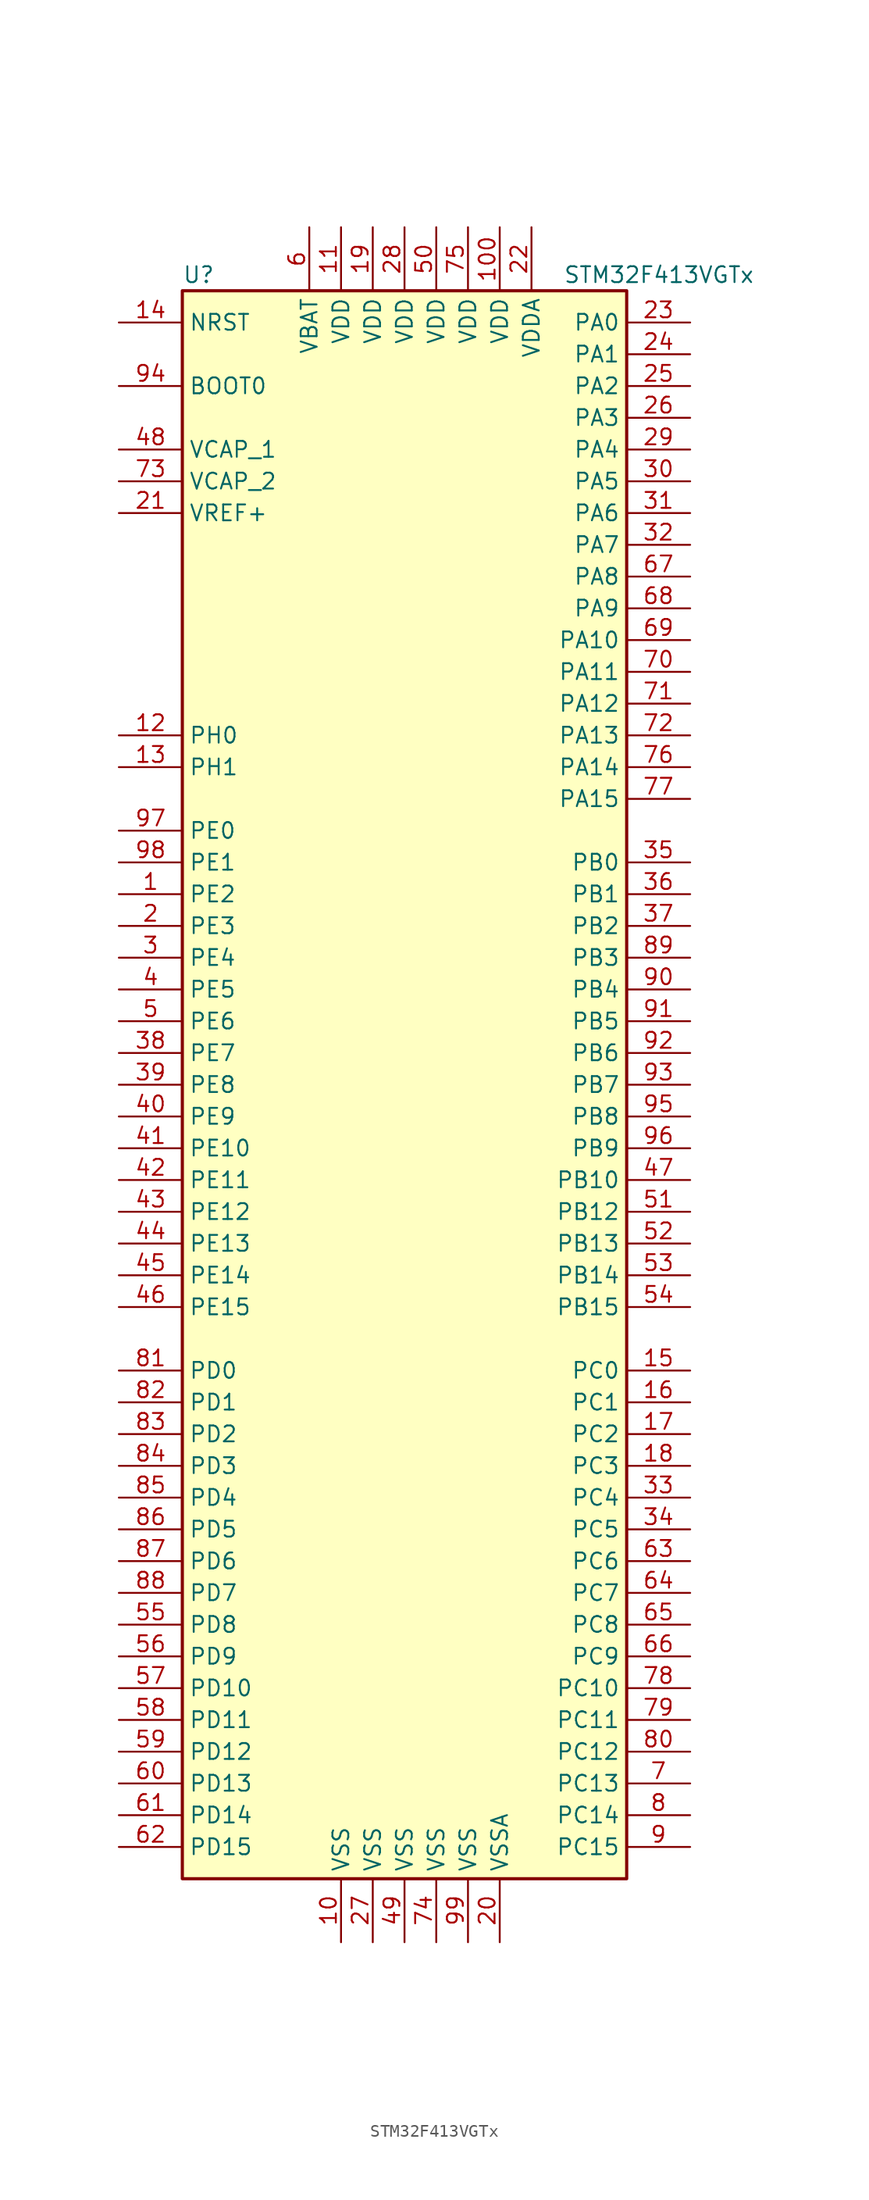
<source format=kicad_sym>
(kicad_symbol_lib
  (version 20201005)
  (generator kicad_symbol_editor)
  (symbol "MCU_ST_STM32F4:STM32F413VGTx"
    (property "Reference" "U"
      (at -17.78 64.77 0)
      (effects (font (size 1.27 1.27)) (justify left)))
    (property "Value" "STM32F413VGTx"
      (at 12.7 64.77 0)
      (effects (font (size 1.27 1.27)) (justify left)))
    (symbol "STM32F413VGTx_0_1"
      (rectangle (start -17.78 -63.5) (end 17.78 63.5) (stroke (width 0.254)) (fill (type background))))
    (symbol "STM32F413VGTx_1_1"
      (pin input line (at -22.86 55.88 0) (length 5.08) (name "BOOT0" (effects (font (size 1.27 1.27)))) (number "94" (effects (font (size 1.27 1.27)))))
      (pin input line (at -22.86 60.96 0) (length 5.08) (name "NRST" (effects (font (size 1.27 1.27)))) (number "14" (effects (font (size 1.27 1.27)))))
      (pin bidirectional line (at 22.86 60.96 180) (length 5.08) (name "PA0" (effects (font (size 1.27 1.27)))) (number "23" (effects (font (size 1.27 1.27)))))
      (pin bidirectional line (at 22.86 58.42 180) (length 5.08) (name "PA1" (effects (font (size 1.27 1.27)))) (number "24" (effects (font (size 1.27 1.27)))))
      (pin bidirectional line (at 22.86 35.56 180) (length 5.08) (name "PA10" (effects (font (size 1.27 1.27)))) (number "69" (effects (font (size 1.27 1.27)))))
      (pin bidirectional line (at 22.86 33.02 180) (length 5.08) (name "PA11" (effects (font (size 1.27 1.27)))) (number "70" (effects (font (size 1.27 1.27)))))
      (pin bidirectional line (at 22.86 30.48 180) (length 5.08) (name "PA12" (effects (font (size 1.27 1.27)))) (number "71" (effects (font (size 1.27 1.27)))))
      (pin bidirectional line (at 22.86 27.94 180) (length 5.08) (name "PA13" (effects (font (size 1.27 1.27)))) (number "72" (effects (font (size 1.27 1.27)))))
      (pin bidirectional line (at 22.86 25.4 180) (length 5.08) (name "PA14" (effects (font (size 1.27 1.27)))) (number "76" (effects (font (size 1.27 1.27)))))
      (pin bidirectional line (at 22.86 22.86 180) (length 5.08) (name "PA15" (effects (font (size 1.27 1.27)))) (number "77" (effects (font (size 1.27 1.27)))))
      (pin bidirectional line (at 22.86 55.88 180) (length 5.08) (name "PA2" (effects (font (size 1.27 1.27)))) (number "25" (effects (font (size 1.27 1.27)))))
      (pin bidirectional line (at 22.86 53.34 180) (length 5.08) (name "PA3" (effects (font (size 1.27 1.27)))) (number "26" (effects (font (size 1.27 1.27)))))
      (pin bidirectional line (at 22.86 50.8 180) (length 5.08) (name "PA4" (effects (font (size 1.27 1.27)))) (number "29" (effects (font (size 1.27 1.27)))))
      (pin bidirectional line (at 22.86 48.26 180) (length 5.08) (name "PA5" (effects (font (size 1.27 1.27)))) (number "30" (effects (font (size 1.27 1.27)))))
      (pin bidirectional line (at 22.86 45.72 180) (length 5.08) (name "PA6" (effects (font (size 1.27 1.27)))) (number "31" (effects (font (size 1.27 1.27)))))
      (pin bidirectional line (at 22.86 43.18 180) (length 5.08) (name "PA7" (effects (font (size 1.27 1.27)))) (number "32" (effects (font (size 1.27 1.27)))))
      (pin bidirectional line (at 22.86 40.64 180) (length 5.08) (name "PA8" (effects (font (size 1.27 1.27)))) (number "67" (effects (font (size 1.27 1.27)))))
      (pin bidirectional line (at 22.86 38.1 180) (length 5.08) (name "PA9" (effects (font (size 1.27 1.27)))) (number "68" (effects (font (size 1.27 1.27)))))
      (pin bidirectional line (at 22.86 17.78 180) (length 5.08) (name "PB0" (effects (font (size 1.27 1.27)))) (number "35" (effects (font (size 1.27 1.27)))))
      (pin bidirectional line (at 22.86 15.24 180) (length 5.08) (name "PB1" (effects (font (size 1.27 1.27)))) (number "36" (effects (font (size 1.27 1.27)))))
      (pin bidirectional line (at 22.86 -7.62 180) (length 5.08) (name "PB10" (effects (font (size 1.27 1.27)))) (number "47" (effects (font (size 1.27 1.27)))))
      (pin bidirectional line (at 22.86 -10.16 180) (length 5.08) (name "PB12" (effects (font (size 1.27 1.27)))) (number "51" (effects (font (size 1.27 1.27)))))
      (pin bidirectional line (at 22.86 -12.7 180) (length 5.08) (name "PB13" (effects (font (size 1.27 1.27)))) (number "52" (effects (font (size 1.27 1.27)))))
      (pin bidirectional line (at 22.86 -15.24 180) (length 5.08) (name "PB14" (effects (font (size 1.27 1.27)))) (number "53" (effects (font (size 1.27 1.27)))))
      (pin bidirectional line (at 22.86 -17.78 180) (length 5.08) (name "PB15" (effects (font (size 1.27 1.27)))) (number "54" (effects (font (size 1.27 1.27)))))
      (pin bidirectional line (at 22.86 12.7 180) (length 5.08) (name "PB2" (effects (font (size 1.27 1.27)))) (number "37" (effects (font (size 1.27 1.27)))))
      (pin bidirectional line (at 22.86 10.16 180) (length 5.08) (name "PB3" (effects (font (size 1.27 1.27)))) (number "89" (effects (font (size 1.27 1.27)))))
      (pin bidirectional line (at 22.86 7.62 180) (length 5.08) (name "PB4" (effects (font (size 1.27 1.27)))) (number "90" (effects (font (size 1.27 1.27)))))
      (pin bidirectional line (at 22.86 5.08 180) (length 5.08) (name "PB5" (effects (font (size 1.27 1.27)))) (number "91" (effects (font (size 1.27 1.27)))))
      (pin bidirectional line (at 22.86 2.54 180) (length 5.08) (name "PB6" (effects (font (size 1.27 1.27)))) (number "92" (effects (font (size 1.27 1.27)))))
      (pin bidirectional line (at 22.86 0 180) (length 5.08) (name "PB7" (effects (font (size 1.27 1.27)))) (number "93" (effects (font (size 1.27 1.27)))))
      (pin bidirectional line (at 22.86 -2.54 180) (length 5.08) (name "PB8" (effects (font (size 1.27 1.27)))) (number "95" (effects (font (size 1.27 1.27)))))
      (pin bidirectional line (at 22.86 -5.08 180) (length 5.08) (name "PB9" (effects (font (size 1.27 1.27)))) (number "96" (effects (font (size 1.27 1.27)))))
      (pin bidirectional line (at 22.86 -22.86 180) (length 5.08) (name "PC0" (effects (font (size 1.27 1.27)))) (number "15" (effects (font (size 1.27 1.27)))))
      (pin bidirectional line (at 22.86 -25.4 180) (length 5.08) (name "PC1" (effects (font (size 1.27 1.27)))) (number "16" (effects (font (size 1.27 1.27)))))
      (pin bidirectional line (at 22.86 -48.26 180) (length 5.08) (name "PC10" (effects (font (size 1.27 1.27)))) (number "78" (effects (font (size 1.27 1.27)))))
      (pin bidirectional line (at 22.86 -50.8 180) (length 5.08) (name "PC11" (effects (font (size 1.27 1.27)))) (number "79" (effects (font (size 1.27 1.27)))))
      (pin bidirectional line (at 22.86 -53.34 180) (length 5.08) (name "PC12" (effects (font (size 1.27 1.27)))) (number "80" (effects (font (size 1.27 1.27)))))
      (pin bidirectional line (at 22.86 -55.88 180) (length 5.08) (name "PC13" (effects (font (size 1.27 1.27)))) (number "7" (effects (font (size 1.27 1.27)))))
      (pin bidirectional line (at 22.86 -58.42 180) (length 5.08) (name "PC14" (effects (font (size 1.27 1.27)))) (number "8" (effects (font (size 1.27 1.27)))))
      (pin bidirectional line (at 22.86 -60.96 180) (length 5.08) (name "PC15" (effects (font (size 1.27 1.27)))) (number "9" (effects (font (size 1.27 1.27)))))
      (pin bidirectional line (at 22.86 -27.94 180) (length 5.08) (name "PC2" (effects (font (size 1.27 1.27)))) (number "17" (effects (font (size 1.27 1.27)))))
      (pin bidirectional line (at 22.86 -30.48 180) (length 5.08) (name "PC3" (effects (font (size 1.27 1.27)))) (number "18" (effects (font (size 1.27 1.27)))))
      (pin bidirectional line (at 22.86 -33.02 180) (length 5.08) (name "PC4" (effects (font (size 1.27 1.27)))) (number "33" (effects (font (size 1.27 1.27)))))
      (pin bidirectional line (at 22.86 -35.56 180) (length 5.08) (name "PC5" (effects (font (size 1.27 1.27)))) (number "34" (effects (font (size 1.27 1.27)))))
      (pin bidirectional line (at 22.86 -38.1 180) (length 5.08) (name "PC6" (effects (font (size 1.27 1.27)))) (number "63" (effects (font (size 1.27 1.27)))))
      (pin bidirectional line (at 22.86 -40.64 180) (length 5.08) (name "PC7" (effects (font (size 1.27 1.27)))) (number "64" (effects (font (size 1.27 1.27)))))
      (pin bidirectional line (at 22.86 -43.18 180) (length 5.08) (name "PC8" (effects (font (size 1.27 1.27)))) (number "65" (effects (font (size 1.27 1.27)))))
      (pin bidirectional line (at 22.86 -45.72 180) (length 5.08) (name "PC9" (effects (font (size 1.27 1.27)))) (number "66" (effects (font (size 1.27 1.27)))))
      (pin bidirectional line (at -22.86 -22.86 0) (length 5.08) (name "PD0" (effects (font (size 1.27 1.27)))) (number "81" (effects (font (size 1.27 1.27)))))
      (pin bidirectional line (at -22.86 -25.4 0) (length 5.08) (name "PD1" (effects (font (size 1.27 1.27)))) (number "82" (effects (font (size 1.27 1.27)))))
      (pin bidirectional line (at -22.86 -48.26 0) (length 5.08) (name "PD10" (effects (font (size 1.27 1.27)))) (number "57" (effects (font (size 1.27 1.27)))))
      (pin bidirectional line (at -22.86 -50.8 0) (length 5.08) (name "PD11" (effects (font (size 1.27 1.27)))) (number "58" (effects (font (size 1.27 1.27)))))
      (pin bidirectional line (at -22.86 -53.34 0) (length 5.08) (name "PD12" (effects (font (size 1.27 1.27)))) (number "59" (effects (font (size 1.27 1.27)))))
      (pin bidirectional line (at -22.86 -55.88 0) (length 5.08) (name "PD13" (effects (font (size 1.27 1.27)))) (number "60" (effects (font (size 1.27 1.27)))))
      (pin bidirectional line (at -22.86 -58.42 0) (length 5.08) (name "PD14" (effects (font (size 1.27 1.27)))) (number "61" (effects (font (size 1.27 1.27)))))
      (pin bidirectional line (at -22.86 -60.96 0) (length 5.08) (name "PD15" (effects (font (size 1.27 1.27)))) (number "62" (effects (font (size 1.27 1.27)))))
      (pin bidirectional line (at -22.86 -27.94 0) (length 5.08) (name "PD2" (effects (font (size 1.27 1.27)))) (number "83" (effects (font (size 1.27 1.27)))))
      (pin bidirectional line (at -22.86 -30.48 0) (length 5.08) (name "PD3" (effects (font (size 1.27 1.27)))) (number "84" (effects (font (size 1.27 1.27)))))
      (pin bidirectional line (at -22.86 -33.02 0) (length 5.08) (name "PD4" (effects (font (size 1.27 1.27)))) (number "85" (effects (font (size 1.27 1.27)))))
      (pin bidirectional line (at -22.86 -35.56 0) (length 5.08) (name "PD5" (effects (font (size 1.27 1.27)))) (number "86" (effects (font (size 1.27 1.27)))))
      (pin bidirectional line (at -22.86 -38.1 0) (length 5.08) (name "PD6" (effects (font (size 1.27 1.27)))) (number "87" (effects (font (size 1.27 1.27)))))
      (pin bidirectional line (at -22.86 -40.64 0) (length 5.08) (name "PD7" (effects (font (size 1.27 1.27)))) (number "88" (effects (font (size 1.27 1.27)))))
      (pin bidirectional line (at -22.86 -43.18 0) (length 5.08) (name "PD8" (effects (font (size 1.27 1.27)))) (number "55" (effects (font (size 1.27 1.27)))))
      (pin bidirectional line (at -22.86 -45.72 0) (length 5.08) (name "PD9" (effects (font (size 1.27 1.27)))) (number "56" (effects (font (size 1.27 1.27)))))
      (pin bidirectional line (at -22.86 20.32 0) (length 5.08) (name "PE0" (effects (font (size 1.27 1.27)))) (number "97" (effects (font (size 1.27 1.27)))))
      (pin bidirectional line (at -22.86 17.78 0) (length 5.08) (name "PE1" (effects (font (size 1.27 1.27)))) (number "98" (effects (font (size 1.27 1.27)))))
      (pin bidirectional line (at -22.86 -5.08 0) (length 5.08) (name "PE10" (effects (font (size 1.27 1.27)))) (number "41" (effects (font (size 1.27 1.27)))))
      (pin bidirectional line (at -22.86 -7.62 0) (length 5.08) (name "PE11" (effects (font (size 1.27 1.27)))) (number "42" (effects (font (size 1.27 1.27)))))
      (pin bidirectional line (at -22.86 -10.16 0) (length 5.08) (name "PE12" (effects (font (size 1.27 1.27)))) (number "43" (effects (font (size 1.27 1.27)))))
      (pin bidirectional line (at -22.86 -12.7 0) (length 5.08) (name "PE13" (effects (font (size 1.27 1.27)))) (number "44" (effects (font (size 1.27 1.27)))))
      (pin bidirectional line (at -22.86 -15.24 0) (length 5.08) (name "PE14" (effects (font (size 1.27 1.27)))) (number "45" (effects (font (size 1.27 1.27)))))
      (pin bidirectional line (at -22.86 -17.78 0) (length 5.08) (name "PE15" (effects (font (size 1.27 1.27)))) (number "46" (effects (font (size 1.27 1.27)))))
      (pin bidirectional line (at -22.86 15.24 0) (length 5.08) (name "PE2" (effects (font (size 1.27 1.27)))) (number "1" (effects (font (size 1.27 1.27)))))
      (pin bidirectional line (at -22.86 12.7 0) (length 5.08) (name "PE3" (effects (font (size 1.27 1.27)))) (number "2" (effects (font (size 1.27 1.27)))))
      (pin bidirectional line (at -22.86 10.16 0) (length 5.08) (name "PE4" (effects (font (size 1.27 1.27)))) (number "3" (effects (font (size 1.27 1.27)))))
      (pin bidirectional line (at -22.86 7.62 0) (length 5.08) (name "PE5" (effects (font (size 1.27 1.27)))) (number "4" (effects (font (size 1.27 1.27)))))
      (pin bidirectional line (at -22.86 5.08 0) (length 5.08) (name "PE6" (effects (font (size 1.27 1.27)))) (number "5" (effects (font (size 1.27 1.27)))))
      (pin bidirectional line (at -22.86 2.54 0) (length 5.08) (name "PE7" (effects (font (size 1.27 1.27)))) (number "38" (effects (font (size 1.27 1.27)))))
      (pin bidirectional line (at -22.86 0 0) (length 5.08) (name "PE8" (effects (font (size 1.27 1.27)))) (number "39" (effects (font (size 1.27 1.27)))))
      (pin bidirectional line (at -22.86 -2.54 0) (length 5.08) (name "PE9" (effects (font (size 1.27 1.27)))) (number "40" (effects (font (size 1.27 1.27)))))
      (pin input line (at -22.86 27.94 0) (length 5.08) (name "PH0" (effects (font (size 1.27 1.27)))) (number "12" (effects (font (size 1.27 1.27)))))
      (pin input line (at -22.86 25.4 0) (length 5.08) (name "PH1" (effects (font (size 1.27 1.27)))) (number "13" (effects (font (size 1.27 1.27)))))
      (pin power_in line (at -7.62 68.58 270) (length 5.08) (name "VBAT" (effects (font (size 1.27 1.27)))) (number "6" (effects (font (size 1.27 1.27)))))
      (pin power_in line (at -22.86 50.8 0) (length 5.08) (name "VCAP_1" (effects (font (size 1.27 1.27)))) (number "48" (effects (font (size 1.27 1.27)))))
      (pin power_in line (at -22.86 48.26 0) (length 5.08) (name "VCAP_2" (effects (font (size 1.27 1.27)))) (number "73" (effects (font (size 1.27 1.27)))))
      (pin power_in line (at 7.62 68.58 270) (length 5.08) (name "VDD" (effects (font (size 1.27 1.27)))) (number "100" (effects (font (size 1.27 1.27)))))
      (pin power_in line (at -5.08 68.58 270) (length 5.08) (name "VDD" (effects (font (size 1.27 1.27)))) (number "11" (effects (font (size 1.27 1.27)))))
      (pin power_in line (at -2.54 68.58 270) (length 5.08) (name "VDD" (effects (font (size 1.27 1.27)))) (number "19" (effects (font (size 1.27 1.27)))))
      (pin power_in line (at 0 68.58 270) (length 5.08) (name "VDD" (effects (font (size 1.27 1.27)))) (number "28" (effects (font (size 1.27 1.27)))))
      (pin power_in line (at 2.54 68.58 270) (length 5.08) (name "VDD" (effects (font (size 1.27 1.27)))) (number "50" (effects (font (size 1.27 1.27)))))
      (pin power_in line (at 5.08 68.58 270) (length 5.08) (name "VDD" (effects (font (size 1.27 1.27)))) (number "75" (effects (font (size 1.27 1.27)))))
      (pin power_in line (at 10.16 68.58 270) (length 5.08) (name "VDDA" (effects (font (size 1.27 1.27)))) (number "22" (effects (font (size 1.27 1.27)))))
      (pin power_in line (at -22.86 45.72 0) (length 5.08) (name "VREF+" (effects (font (size 1.27 1.27)))) (number "21" (effects (font (size 1.27 1.27)))))
      (pin power_in line (at -5.08 -68.58 90) (length 5.08) (name "VSS" (effects (font (size 1.27 1.27)))) (number "10" (effects (font (size 1.27 1.27)))))
      (pin power_in line (at -2.54 -68.58 90) (length 5.08) (name "VSS" (effects (font (size 1.27 1.27)))) (number "27" (effects (font (size 1.27 1.27)))))
      (pin power_in line (at 0 -68.58 90) (length 5.08) (name "VSS" (effects (font (size 1.27 1.27)))) (number "49" (effects (font (size 1.27 1.27)))))
      (pin power_in line (at 2.54 -68.58 90) (length 5.08) (name "VSS" (effects (font (size 1.27 1.27)))) (number "74" (effects (font (size 1.27 1.27)))))
      (pin power_in line (at 5.08 -68.58 90) (length 5.08) (name "VSS" (effects (font (size 1.27 1.27)))) (number "99" (effects (font (size 1.27 1.27)))))
      (pin power_in line (at 7.62 -68.58 90) (length 5.08) (name "VSSA" (effects (font (size 1.27 1.27)))) (number "20" (effects (font (size 1.27 1.27))))))))
</source>
